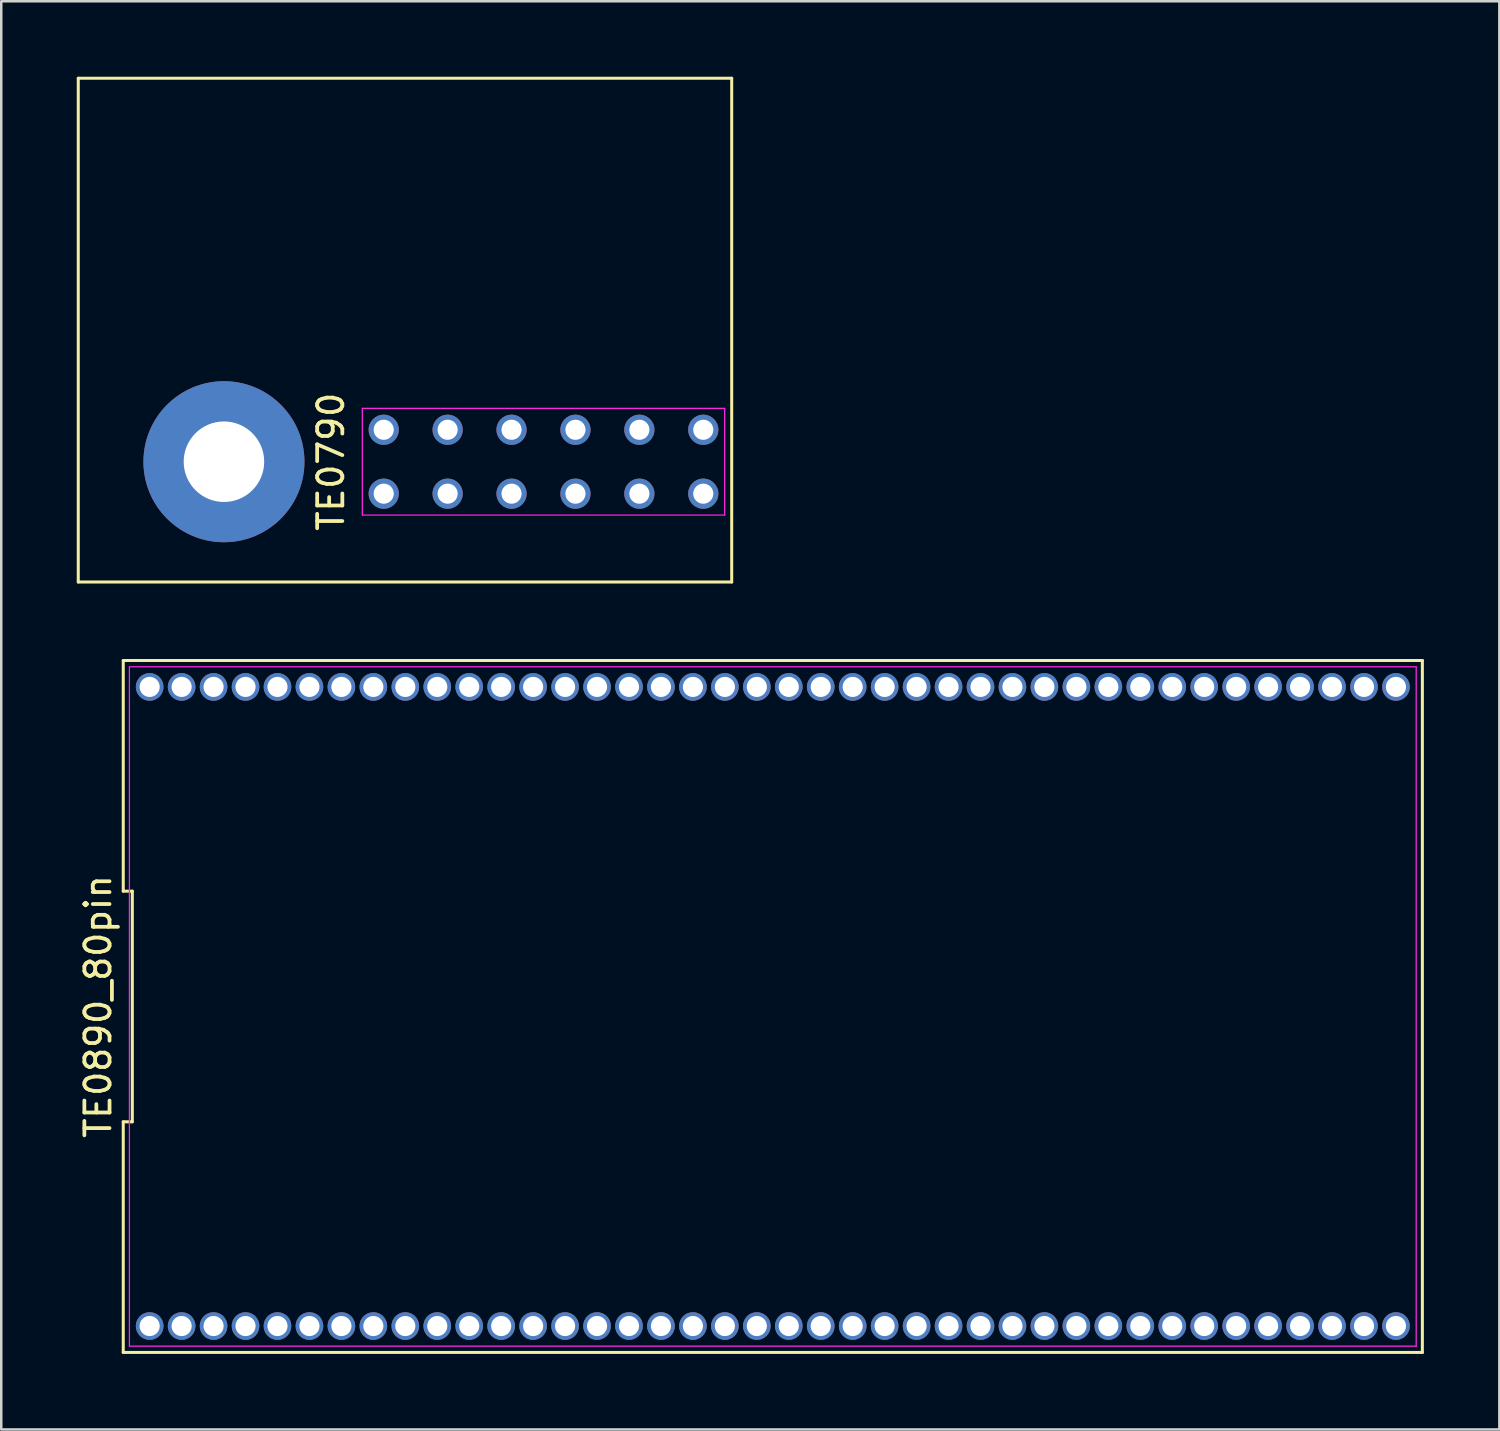
<source format=kicad_pcb>
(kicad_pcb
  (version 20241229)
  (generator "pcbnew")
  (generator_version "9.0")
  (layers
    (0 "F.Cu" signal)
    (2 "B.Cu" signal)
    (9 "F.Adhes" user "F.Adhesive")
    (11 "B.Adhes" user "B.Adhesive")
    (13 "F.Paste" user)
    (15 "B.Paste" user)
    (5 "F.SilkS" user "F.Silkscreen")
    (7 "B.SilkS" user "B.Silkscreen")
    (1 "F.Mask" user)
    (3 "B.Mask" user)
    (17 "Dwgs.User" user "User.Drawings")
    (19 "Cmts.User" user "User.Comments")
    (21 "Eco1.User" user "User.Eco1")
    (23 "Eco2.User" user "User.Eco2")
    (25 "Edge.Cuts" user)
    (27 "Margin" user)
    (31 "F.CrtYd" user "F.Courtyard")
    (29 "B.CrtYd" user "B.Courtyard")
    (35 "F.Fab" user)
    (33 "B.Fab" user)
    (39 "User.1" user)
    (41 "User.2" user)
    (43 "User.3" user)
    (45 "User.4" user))
  (footprint "TE0890_80pin"
    (layer "F.Cu")
    (at 27.663 36.95)
    (property "Reference" "TE0890_80pin" (at -26.815 0 90) (layer "F.SilkS") (effects (font (size 1 1) (thickness 0.15))))
    (attr through_hole)
    (fp_line (start -25.815 -13.75) (end -25.815 -4.583) (stroke (width 0.12) (type solid)) (layer "F.SilkS"))
    (fp_line (start -25.815 -4.583) (end -25.455 -4.583) (stroke (width 0.12) (type solid)) (layer "F.SilkS"))
    (fp_line (start -25.815 4.583) (end -25.815 13.75) (stroke (width 0.12) (type solid)) (layer "F.SilkS"))
    (fp_line (start -25.815 13.75) (end 25.815 13.75) (stroke (width 0.12) (type solid)) (layer "F.SilkS"))
    (fp_line (start -25.455 -4.583) (end -25.455 4.583) (stroke (width 0.12) (type solid)) (layer "F.SilkS"))
    (fp_line (start -25.455 4.583) (end -25.815 4.583) (stroke (width 0.12) (type solid)) (layer "F.SilkS"))
    (fp_line (start 25.815 -13.75) (end -25.815 -13.75) (stroke (width 0.12) (type solid)) (layer "F.SilkS"))
    (fp_line (start 25.815 13.75) (end 25.815 -13.75) (stroke (width 0.12) (type solid)) (layer "F.SilkS"))
    (fp_line (start -25.57 -13.5) (end 25.57 -13.5) (stroke (width 0.05) (type solid)) (layer "F.CrtYd"))
    (fp_line (start -25.57 13.5) (end -25.57 -13.5) (stroke (width 0.05) (type solid)) (layer "F.CrtYd"))
    (fp_line (start 25.57 -13.5) (end 25.57 13.5) (stroke (width 0.05) (type solid)) (layer "F.CrtYd"))
    (fp_line (start 25.57 13.5) (end -25.57 13.5) (stroke (width 0.05) (type solid)) (layer "F.CrtYd"))
    (pad "1" thru_hole circle (at -24.765 12.7) (size 1.1 1.1) (drill 0.8) (layers "*.Cu" "*.Mask"))
    (pad "2" thru_hole circle (at -23.495 12.7) (size 1.1 1.1) (drill 0.8) (layers "*.Cu" "*.Mask"))
    (pad "3" thru_hole circle (at -22.225 12.7) (size 1.1 1.1) (drill 0.8) (layers "*.Cu" "*.Mask"))
    (pad "4" thru_hole circle (at -20.955 12.7) (size 1.1 1.1) (drill 0.8) (layers "*.Cu" "*.Mask"))
    (pad "5" thru_hole circle (at -19.685 12.7) (size 1.1 1.1) (drill 0.8) (layers "*.Cu" "*.Mask"))
    (pad "6" thru_hole circle (at -18.415 12.7) (size 1.1 1.1) (drill 0.8) (layers "*.Cu" "*.Mask"))
    (pad "7" thru_hole circle (at -17.145 12.7) (size 1.1 1.1) (drill 0.8) (layers "*.Cu" "*.Mask"))
    (pad "8" thru_hole circle (at -15.875 12.7) (size 1.1 1.1) (drill 0.8) (layers "*.Cu" "*.Mask"))
    (pad "9" thru_hole circle (at -14.605 12.7) (size 1.1 1.1) (drill 0.8) (layers "*.Cu" "*.Mask"))
    (pad "10" thru_hole circle (at -13.335 12.7) (size 1.1 1.1) (drill 0.8) (layers "*.Cu" "*.Mask"))
    (pad "11" thru_hole circle (at -12.065 12.7) (size 1.1 1.1) (drill 0.8) (layers "*.Cu" "*.Mask"))
    (pad "12" thru_hole circle (at -10.795 12.7) (size 1.1 1.1) (drill 0.8) (layers "*.Cu" "*.Mask"))
    (pad "13" thru_hole circle (at -9.525 12.7) (size 1.1 1.1) (drill 0.8) (layers "*.Cu" "*.Mask"))
    (pad "14" thru_hole circle (at -8.255 12.7) (size 1.1 1.1) (drill 0.8) (layers "*.Cu" "*.Mask"))
    (pad "15" thru_hole circle (at -6.985 12.7) (size 1.1 1.1) (drill 0.8) (layers "*.Cu" "*.Mask"))
    (pad "16" thru_hole circle (at -5.715 12.7) (size 1.1 1.1) (drill 0.8) (layers "*.Cu" "*.Mask"))
    (pad "17" thru_hole circle (at -4.445 12.7) (size 1.1 1.1) (drill 0.8) (layers "*.Cu" "*.Mask"))
    (pad "18" thru_hole circle (at -3.175 12.7) (size 1.1 1.1) (drill 0.8) (layers "*.Cu" "*.Mask"))
    (pad "19" thru_hole circle (at -1.905 12.7) (size 1.1 1.1) (drill 0.8) (layers "*.Cu" "*.Mask"))
    (pad "20" thru_hole circle (at -0.635 12.7) (size 1.1 1.1) (drill 0.8) (layers "*.Cu" "*.Mask"))
    (pad "21" thru_hole circle (at 0.635 12.7) (size 1.1 1.1) (drill 0.8) (layers "*.Cu" "*.Mask"))
    (pad "22" thru_hole circle (at 1.905 12.7) (size 1.1 1.1) (drill 0.8) (layers "*.Cu" "*.Mask"))
    (pad "23" thru_hole circle (at 3.175 12.7) (size 1.1 1.1) (drill 0.8) (layers "*.Cu" "*.Mask"))
    (pad "24" thru_hole circle (at 4.445 12.7) (size 1.1 1.1) (drill 0.8) (layers "*.Cu" "*.Mask"))
    (pad "25" thru_hole circle (at 5.715 12.7) (size 1.1 1.1) (drill 0.8) (layers "*.Cu" "*.Mask"))
    (pad "26" thru_hole circle (at 6.985 12.7) (size 1.1 1.1) (drill 0.8) (layers "*.Cu" "*.Mask"))
    (pad "27" thru_hole circle (at 8.255 12.7) (size 1.1 1.1) (drill 0.8) (layers "*.Cu" "*.Mask"))
    (pad "28" thru_hole circle (at 9.525 12.7) (size 1.1 1.1) (drill 0.8) (layers "*.Cu" "*.Mask"))
    (pad "29" thru_hole circle (at 10.795 12.7) (size 1.1 1.1) (drill 0.8) (layers "*.Cu" "*.Mask"))
    (pad "30" thru_hole circle (at 12.065 12.7) (size 1.1 1.1) (drill 0.8) (layers "*.Cu" "*.Mask"))
    (pad "31" thru_hole circle (at 13.335 12.7) (size 1.1 1.1) (drill 0.8) (layers "*.Cu" "*.Mask"))
    (pad "32" thru_hole circle (at 14.605 12.7) (size 1.1 1.1) (drill 0.8) (layers "*.Cu" "*.Mask"))
    (pad "33" thru_hole circle (at 15.875 12.7) (size 1.1 1.1) (drill 0.8) (layers "*.Cu" "*.Mask"))
    (pad "34" thru_hole circle (at 17.145 12.7) (size 1.1 1.1) (drill 0.8) (layers "*.Cu" "*.Mask"))
    (pad "35" thru_hole circle (at 18.415 12.7) (size 1.1 1.1) (drill 0.8) (layers "*.Cu" "*.Mask"))
    (pad "36" thru_hole circle (at 19.685 12.7) (size 1.1 1.1) (drill 0.8) (layers "*.Cu" "*.Mask"))
    (pad "37" thru_hole circle (at 20.955 12.7) (size 1.1 1.1) (drill 0.8) (layers "*.Cu" "*.Mask"))
    (pad "38" thru_hole circle (at 22.225 12.7) (size 1.1 1.1) (drill 0.8) (layers "*.Cu" "*.Mask"))
    (pad "39" thru_hole circle (at 23.495 12.7) (size 1.1 1.1) (drill 0.8) (layers "*.Cu" "*.Mask"))
    (pad "40" thru_hole circle (at 24.765 12.7) (size 1.1 1.1) (drill 0.8) (layers "*.Cu" "*.Mask"))
    (pad "41" thru_hole circle (at 24.765 -12.7) (size 1.1 1.1) (drill 0.8) (layers "*.Cu" "*.Mask"))
    (pad "42" thru_hole circle (at 23.495 -12.7) (size 1.1 1.1) (drill 0.8) (layers "*.Cu" "*.Mask"))
    (pad "43" thru_hole circle (at 22.225 -12.7) (size 1.1 1.1) (drill 0.8) (layers "*.Cu" "*.Mask"))
    (pad "44" thru_hole circle (at 20.955 -12.7) (size 1.1 1.1) (drill 0.8) (layers "*.Cu" "*.Mask"))
    (pad "45" thru_hole circle (at 19.685 -12.7) (size 1.1 1.1) (drill 0.8) (layers "*.Cu" "*.Mask"))
    (pad "46" thru_hole circle (at 18.415 -12.7) (size 1.1 1.1) (drill 0.8) (layers "*.Cu" "*.Mask"))
    (pad "47" thru_hole circle (at 17.145 -12.7) (size 1.1 1.1) (drill 0.8) (layers "*.Cu" "*.Mask"))
    (pad "48" thru_hole circle (at 15.875 -12.7) (size 1.1 1.1) (drill 0.8) (layers "*.Cu" "*.Mask"))
    (pad "49" thru_hole circle (at 14.605 -12.7) (size 1.1 1.1) (drill 0.8) (layers "*.Cu" "*.Mask"))
    (pad "50" thru_hole circle (at 13.335 -12.7) (size 1.1 1.1) (drill 0.8) (layers "*.Cu" "*.Mask"))
    (pad "51" thru_hole circle (at 12.065 -12.7) (size 1.1 1.1) (drill 0.8) (layers "*.Cu" "*.Mask"))
    (pad "52" thru_hole circle (at 10.795 -12.7) (size 1.1 1.1) (drill 0.8) (layers "*.Cu" "*.Mask"))
    (pad "53" thru_hole circle (at 9.525 -12.7) (size 1.1 1.1) (drill 0.8) (layers "*.Cu" "*.Mask"))
    (pad "54" thru_hole circle (at 8.255 -12.7) (size 1.1 1.1) (drill 0.8) (layers "*.Cu" "*.Mask"))
    (pad "55" thru_hole circle (at 6.985 -12.7) (size 1.1 1.1) (drill 0.8) (layers "*.Cu" "*.Mask"))
    (pad "56" thru_hole circle (at 5.715 -12.7) (size 1.1 1.1) (drill 0.8) (layers "*.Cu" "*.Mask"))
    (pad "57" thru_hole circle (at 4.445 -12.7) (size 1.1 1.1) (drill 0.8) (layers "*.Cu" "*.Mask"))
    (pad "58" thru_hole circle (at 3.175 -12.7) (size 1.1 1.1) (drill 0.8) (layers "*.Cu" "*.Mask"))
    (pad "59" thru_hole circle (at 1.905 -12.7) (size 1.1 1.1) (drill 0.8) (layers "*.Cu" "*.Mask"))
    (pad "60" thru_hole circle (at 0.635 -12.7) (size 1.1 1.1) (drill 0.8) (layers "*.Cu" "*.Mask"))
    (pad "61" thru_hole circle (at -0.635 -12.7) (size 1.1 1.1) (drill 0.8) (layers "*.Cu" "*.Mask"))
    (pad "62" thru_hole circle (at -1.905 -12.7) (size 1.1 1.1) (drill 0.8) (layers "*.Cu" "*.Mask"))
    (pad "63" thru_hole circle (at -3.175 -12.7) (size 1.1 1.1) (drill 0.8) (layers "*.Cu" "*.Mask"))
    (pad "64" thru_hole circle (at -4.445 -12.7) (size 1.1 1.1) (drill 0.8) (layers "*.Cu" "*.Mask"))
    (pad "65" thru_hole circle (at -5.715 -12.7) (size 1.1 1.1) (drill 0.8) (layers "*.Cu" "*.Mask"))
    (pad "66" thru_hole circle (at -6.985 -12.7) (size 1.1 1.1) (drill 0.8) (layers "*.Cu" "*.Mask"))
    (pad "67" thru_hole circle (at -8.255 -12.7) (size 1.1 1.1) (drill 0.8) (layers "*.Cu" "*.Mask"))
    (pad "68" thru_hole circle (at -9.525 -12.7) (size 1.1 1.1) (drill 0.8) (layers "*.Cu" "*.Mask"))
    (pad "69" thru_hole circle (at -10.795 -12.7) (size 1.1 1.1) (drill 0.8) (layers "*.Cu" "*.Mask"))
    (pad "70" thru_hole circle (at -12.065 -12.7) (size 1.1 1.1) (drill 0.8) (layers "*.Cu" "*.Mask"))
    (pad "71" thru_hole circle (at -13.335 -12.7) (size 1.1 1.1) (drill 0.8) (layers "*.Cu" "*.Mask"))
    (pad "72" thru_hole circle (at -14.605 -12.7) (size 1.1 1.1) (drill 0.8) (layers "*.Cu" "*.Mask"))
    (pad "73" thru_hole circle (at -15.875 -12.7) (size 1.1 1.1) (drill 0.8) (layers "*.Cu" "*.Mask"))
    (pad "74" thru_hole circle (at -17.145 -12.7) (size 1.1 1.1) (drill 0.8) (layers "*.Cu" "*.Mask"))
    (pad "75" thru_hole circle (at -18.415 -12.7) (size 1.1 1.1) (drill 0.8) (layers "*.Cu" "*.Mask"))
    (pad "76" thru_hole circle (at -19.685 -12.7) (size 1.1 1.1) (drill 0.8) (layers "*.Cu" "*.Mask"))
    (pad "77" thru_hole circle (at -20.955 -12.7) (size 1.1 1.1) (drill 0.8) (layers "*.Cu" "*.Mask"))
    (pad "78" thru_hole circle (at -22.225 -12.7) (size 1.1 1.1) (drill 0.8) (layers "*.Cu" "*.Mask"))
    (pad "79" thru_hole circle (at -23.495 -12.7) (size 1.1 1.1) (drill 0.8) (layers "*.Cu" "*.Mask"))
    (pad "80" thru_hole circle (at -24.765 -12.7) (size 1.1 1.1) (drill 0.8) (layers "*.Cu" "*.Mask")))
  (footprint "TE0790"
    (layer "F.Cu")
    (at 18.55 15.3)
    (property "Reference" "TE0790" (at -8.45 0 90) (layer "F.SilkS") (effects (font (size 1 1) (thickness 0.15))))
    (attr through_hole)
    (fp_line (start -18.49 -15.24) (end -18.49 4.78) (stroke (width 0.12) (type solid)) (layer "F.SilkS"))
    (fp_line (start 7.48 -15.24) (end -18.49 -15.24) (stroke (width 0.12) (type solid)) (layer "F.SilkS"))
    (fp_line (start 7.48 -15.24) (end 7.48 4.78) (stroke (width 0.12) (type solid)) (layer "F.SilkS"))
    (fp_line (start 7.48 4.78) (end -18.49 4.78) (stroke (width 0.12) (type solid)) (layer "F.SilkS"))
    (fp_line (start -7.2 -2.12) (end 7.2 -2.12) (stroke (width 0.05) (type solid)) (layer "F.CrtYd"))
    (fp_line (start -7.2 2.12) (end -7.2 -2.12) (stroke (width 0.05) (type solid)) (layer "F.CrtYd"))
    (fp_line (start 7.2 -2.12) (end 7.2 2.12) (stroke (width 0.05) (type solid)) (layer "F.CrtYd"))
    (fp_line (start 7.2 2.12) (end -7.2 2.12) (stroke (width 0.05) (type solid)) (layer "F.CrtYd"))
    (pad "1" thru_hole circle (at -6.35 -1.27) (size 1.2 1.2) (drill 0.8) (layers "*.Cu" "*.Mask"))
    (pad "2" thru_hole circle (at -6.35 1.27) (size 1.2 1.2) (drill 0.8) (layers "*.Cu" "*.Mask"))
    (pad "3" thru_hole circle (at -3.81 -1.27) (size 1.2 1.2) (drill 0.8) (layers "*.Cu" "*.Mask"))
    (pad "4" thru_hole circle (at -3.81 1.27) (size 1.2 1.2) (drill 0.8) (layers "*.Cu" "*.Mask"))
    (pad "5" thru_hole circle (at -1.27 -1.27) (size 1.2 1.2) (drill 0.8) (layers "*.Cu" "*.Mask"))
    (pad "6" thru_hole circle (at -1.27 1.27) (size 1.2 1.2) (drill 0.8) (layers "*.Cu" "*.Mask"))
    (pad "7" thru_hole circle (at 1.27 -1.27) (size 1.2 1.2) (drill 0.8) (layers "*.Cu" "*.Mask"))
    (pad "8" thru_hole circle (at 1.27 1.27) (size 1.2 1.2) (drill 0.8) (layers "*.Cu" "*.Mask"))
    (pad "9" thru_hole circle (at 3.81 -1.27) (size 1.2 1.2) (drill 0.8) (layers "*.Cu" "*.Mask"))
    (pad "10" thru_hole circle (at 3.81 1.27) (size 1.2 1.2) (drill 0.8) (layers "*.Cu" "*.Mask"))
    (pad "11" thru_hole circle (at 6.35 -1.27) (size 1.2 1.2) (drill 0.8) (layers "*.Cu" "*.Mask"))
    (pad "12" thru_hole circle (at 6.35 1.27) (size 1.2 1.2) (drill 0.8) (layers "*.Cu" "*.Mask"))
    (pad "GND" thru_hole circle (at -12.7 0) (size 6.4 6.4) (drill 3.2) (layers "*.Cu" "*.Mask")))
  (gr_rect
    (start -3 -3)
    (end 56.538 53.76)
    (stroke (width 0.1) (type default))
    (fill no)
    (layer "Edge.Cuts")))
</source>
